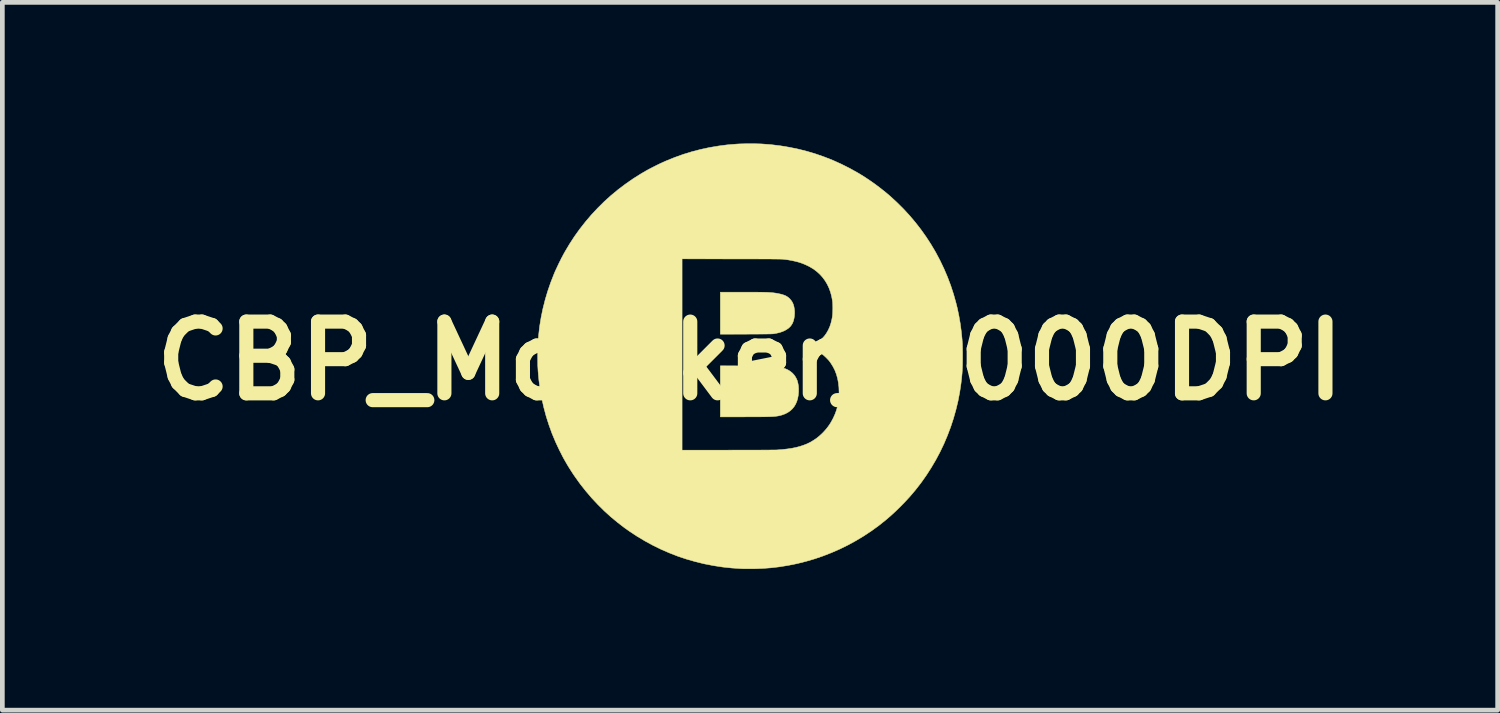
<source format=kicad_pcb>
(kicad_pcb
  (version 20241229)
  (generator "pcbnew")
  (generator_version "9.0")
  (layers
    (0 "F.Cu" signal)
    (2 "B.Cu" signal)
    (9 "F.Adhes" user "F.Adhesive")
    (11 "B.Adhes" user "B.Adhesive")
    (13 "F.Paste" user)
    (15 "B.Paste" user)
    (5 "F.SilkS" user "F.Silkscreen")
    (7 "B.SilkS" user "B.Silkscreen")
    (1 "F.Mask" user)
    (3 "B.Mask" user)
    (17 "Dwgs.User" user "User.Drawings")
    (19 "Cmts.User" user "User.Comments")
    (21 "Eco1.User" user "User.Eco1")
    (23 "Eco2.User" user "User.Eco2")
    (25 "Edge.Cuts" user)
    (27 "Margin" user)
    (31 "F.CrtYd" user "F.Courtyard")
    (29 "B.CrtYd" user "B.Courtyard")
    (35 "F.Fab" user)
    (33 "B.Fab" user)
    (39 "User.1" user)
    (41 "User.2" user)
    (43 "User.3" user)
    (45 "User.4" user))
  (footprint "CBP_Moniker_6000DPI"
    (layer "F.Cu")
    (at 12.889 4.619)
    (property "Reference" "CBP_Moniker_6000DPI" (at 0 0 0) (layer "F.SilkS") (effects (font (size 1.524 1.524) (thickness 0.3))))
    (attr through_hole)
    (fp_poly (pts (xy -0.166 -1.46) (xy -0.08 -1.46) (xy -0.003 -1.46) (xy 0.068 -1.46) (xy 0.131 -1.46) (xy 0.188 -1.459) (xy 0.24 -1.459) (xy 0.286 -1.458) (xy 0.327 -1.457) (xy 0.364 -1.456) (xy 0.397 -1.454) (xy 0.428 -1.452) (xy 0.455 -1.45) (xy 0.481 -1.448) (xy 0.505 -1.445) (xy 0.528 -1.442) (xy 0.55 -1.439) (xy 0.573 -1.435) (xy 0.596 -1.43) (xy 0.605 -1.429) (xy 0.658 -1.417) (xy 0.703 -1.404) (xy 0.742 -1.39) (xy 0.776 -1.373) (xy 0.806 -1.353) (xy 0.834 -1.33) (xy 0.843 -1.321) (xy 0.874 -1.285) (xy 0.9 -1.245) (xy 0.92 -1.2) (xy 0.934 -1.151) (xy 0.943 -1.095) (xy 0.947 -1.054) (xy 0.947 -1.003) (xy 0.943 -0.951) (xy 0.935 -0.9) (xy 0.923 -0.853) (xy 0.908 -0.812) (xy 0.904 -0.802) (xy 0.88 -0.762) (xy 0.852 -0.726) (xy 0.817 -0.694) (xy 0.776 -0.666) (xy 0.739 -0.645) (xy 0.699 -0.627) (xy 0.658 -0.612) (xy 0.615 -0.599) (xy 0.567 -0.588) (xy 0.514 -0.578) (xy 0.493 -0.575) (xy 0.485 -0.574) (xy 0.471 -0.574) (xy 0.452 -0.573) (xy 0.427 -0.572) (xy 0.396 -0.572) (xy 0.358 -0.571) (xy 0.314 -0.571) (xy 0.263 -0.57) (xy 0.205 -0.57) (xy 0.139 -0.569) (xy 0.065 -0.569) (xy -0.016 -0.569) (xy -0.086 -0.568) (xy -0.631 -0.567) (xy -0.631 -1.46) (xy -0.166 -1.46)) (stroke (width 0.01) (type solid)) (fill yes) (layer "F.SilkS"))
    (fp_poly (pts (xy -0.075 0.107) (xy 0.007 0.107) (xy 0.081 0.108) (xy 0.147 0.108) (xy 0.206 0.108) (xy 0.259 0.108) (xy 0.306 0.109) (xy 0.347 0.109) (xy 0.384 0.11) (xy 0.416 0.11) (xy 0.443 0.111) (xy 0.468 0.112) (xy 0.489 0.113) (xy 0.508 0.114) (xy 0.524 0.115) (xy 0.539 0.117) (xy 0.553 0.118) (xy 0.566 0.12) (xy 0.58 0.122) (xy 0.593 0.124) (xy 0.608 0.127) (xy 0.679 0.143) (xy 0.744 0.164) (xy 0.802 0.19) (xy 0.854 0.222) (xy 0.9 0.259) (xy 0.938 0.301) (xy 0.956 0.325) (xy 0.982 0.37) (xy 1.003 0.417) (xy 1.017 0.468) (xy 1.027 0.523) (xy 1.032 0.582) (xy 1.032 0.661) (xy 1.025 0.734) (xy 1.012 0.803) (xy 0.993 0.865) (xy 0.967 0.923) (xy 0.935 0.975) (xy 0.897 1.021) (xy 0.852 1.062) (xy 0.801 1.097) (xy 0.745 1.126) (xy 0.682 1.149) (xy 0.65 1.158) (xy 0.633 1.162) (xy 0.616 1.166) (xy 0.599 1.17) (xy 0.581 1.173) (xy 0.562 1.175) (xy 0.542 1.178) (xy 0.52 1.18) (xy 0.495 1.182) (xy 0.468 1.184) (xy 0.437 1.185) (xy 0.402 1.186) (xy 0.362 1.187) (xy 0.318 1.188) (xy 0.268 1.188) (xy 0.213 1.189) (xy 0.151 1.189) (xy 0.082 1.189) (xy 0.006 1.189) (xy -0.077 1.189) (xy -0.117 1.19) (xy -0.631 1.19) (xy -0.631 0.105) (xy -0.075 0.107)) (stroke (width 0.01) (type solid)) (fill yes) (layer "F.SilkS"))
    (fp_poly (pts (xy 0.058 -4.614) (xy 0.106 -4.614) (xy 0.151 -4.613) (xy 0.192 -4.612) (xy 0.227 -4.611) (xy 0.25 -4.61) (xy 0.447 -4.595) (xy 0.643 -4.571) (xy 0.836 -4.539) (xy 1.026 -4.5) (xy 1.215 -4.452) (xy 1.401 -4.396) (xy 1.584 -4.332) (xy 1.764 -4.261) (xy 1.941 -4.181) (xy 2.116 -4.093) (xy 2.287 -3.998) (xy 2.324 -3.976) (xy 2.437 -3.906) (xy 2.552 -3.829) (xy 2.667 -3.748) (xy 2.779 -3.663) (xy 2.888 -3.576) (xy 2.979 -3.499) (xy 3.122 -3.367) (xy 3.26 -3.23) (xy 3.391 -3.088) (xy 3.516 -2.94) (xy 3.634 -2.788) (xy 3.746 -2.63) (xy 3.85 -2.469) (xy 3.948 -2.303) (xy 4.038 -2.133) (xy 4.121 -1.959) (xy 4.197 -1.782) (xy 4.265 -1.602) (xy 4.325 -1.418) (xy 4.377 -1.232) (xy 4.405 -1.12) (xy 4.439 -0.957) (xy 4.467 -0.795) (xy 4.489 -0.631) (xy 4.506 -0.463) (xy 4.513 -0.37) (xy 4.514 -0.352) (xy 4.514 -0.326) (xy 4.515 -0.295) (xy 4.516 -0.258) (xy 4.516 -0.218) (xy 4.517 -0.176) (xy 4.517 -0.132) (xy 4.517 -0.099) (xy 4.517 -0.027) (xy 4.516 0.038) (xy 4.515 0.098) (xy 4.513 0.154) (xy 4.51 0.207) (xy 4.507 0.259) (xy 4.502 0.312) (xy 4.497 0.366) (xy 4.49 0.423) (xy 4.485 0.47) (xy 4.457 0.661) (xy 4.421 0.85) (xy 4.376 1.037) (xy 4.324 1.222) (xy 4.264 1.405) (xy 4.196 1.585) (xy 4.121 1.762) (xy 4.038 1.936) (xy 3.948 2.105) (xy 3.85 2.271) (xy 3.746 2.433) (xy 3.635 2.59) (xy 3.517 2.742) (xy 3.484 2.781) (xy 3.394 2.887) (xy 3.296 2.993) (xy 3.194 3.098) (xy 3.089 3.2) (xy 2.983 3.297) (xy 2.883 3.383) (xy 2.732 3.503) (xy 2.576 3.616) (xy 2.416 3.722) (xy 2.251 3.821) (xy 2.083 3.913) (xy 1.91 3.998) (xy 1.734 4.075) (xy 1.555 4.145) (xy 1.374 4.207) (xy 1.189 4.261) (xy 1.002 4.308) (xy 0.814 4.346) (xy 0.623 4.377) (xy 0.432 4.399) (xy 0.413 4.4) (xy 0.349 4.405) (xy 0.281 4.41) (xy 0.209 4.413) (xy 0.135 4.416) (xy 0.062 4.418) (xy -0.01 4.418) (xy -0.079 4.418) (xy -0.142 4.417) (xy -0.187 4.415) (xy -0.386 4.402) (xy -0.583 4.381) (xy -0.777 4.351) (xy -0.969 4.314) (xy -1.158 4.268) (xy -1.344 4.215) (xy -1.528 4.154) (xy -1.708 4.084) (xy -1.886 4.007) (xy -2.06 3.922) (xy -2.231 3.829) (xy -2.399 3.729) (xy -2.563 3.621) (xy -2.666 3.548) (xy -2.814 3.434) (xy -2.959 3.314) (xy -3.099 3.187) (xy -3.234 3.053) (xy -3.364 2.914) (xy -3.487 2.77) (xy -3.605 2.621) (xy -3.715 2.468) (xy -3.761 2.401) (xy -3.808 2.328) (xy -3.851 2.26) (xy -3.891 2.194) (xy -3.929 2.128) (xy -3.967 2.061) (xy -4.004 1.989) (xy -4.043 1.912) (xy -4.049 1.901) (xy -4.051 1.897) (xy -1.444 1.897) (xy -0.469 1.897) (xy -0.356 1.896) (xy -0.249 1.896) (xy -0.147 1.896) (xy -0.051 1.896) (xy 0.039 1.896) (xy 0.123 1.896) (xy 0.201 1.896) (xy 0.272 1.895) (xy 0.336 1.895) (xy 0.393 1.895) (xy 0.443 1.894) (xy 0.486 1.894) (xy 0.521 1.894) (xy 0.548 1.893) (xy 0.567 1.893) (xy 0.576 1.892) (xy 0.686 1.884) (xy 0.79 1.872) (xy 0.886 1.858) (xy 0.976 1.84) (xy 1.06 1.818) (xy 1.138 1.792) (xy 1.212 1.763) (xy 1.282 1.729) (xy 1.347 1.69) (xy 1.41 1.648) (xy 1.47 1.6) (xy 1.528 1.547) (xy 1.556 1.519) (xy 1.605 1.465) (xy 1.649 1.411) (xy 1.689 1.355) (xy 1.726 1.295) (xy 1.762 1.229) (xy 1.772 1.209) (xy 1.808 1.128) (xy 1.837 1.048) (xy 1.86 0.966) (xy 1.877 0.882) (xy 1.887 0.794) (xy 1.892 0.701) (xy 1.892 0.665) (xy 1.889 0.564) (xy 1.878 0.467) (xy 1.861 0.376) (xy 1.837 0.289) (xy 1.806 0.206) (xy 1.767 0.128) (xy 1.722 0.055) (xy 1.687 0.006) (xy 1.668 -0.017) (xy 1.643 -0.043) (xy 1.616 -0.071) (xy 1.587 -0.098) (xy 1.56 -0.122) (xy 1.535 -0.142) (xy 1.534 -0.143) (xy 1.486 -0.176) (xy 1.433 -0.208) (xy 1.378 -0.238) (xy 1.322 -0.264) (xy 1.305 -0.271) (xy 1.289 -0.277) (xy 1.277 -0.282) (xy 1.271 -0.285) (xy 1.27 -0.286) (xy 1.273 -0.288) (xy 1.283 -0.294) (xy 1.296 -0.302) (xy 1.309 -0.309) (xy 1.369 -0.344) (xy 1.421 -0.38) (xy 1.469 -0.416) (xy 1.512 -0.454) (xy 1.532 -0.474) (xy 1.582 -0.529) (xy 1.625 -0.589) (xy 1.662 -0.654) (xy 1.694 -0.724) (xy 1.719 -0.799) (xy 1.739 -0.881) (xy 1.749 -0.937) (xy 1.753 -0.97) (xy 1.756 -1.009) (xy 1.758 -1.053) (xy 1.759 -1.099) (xy 1.759 -1.145) (xy 1.758 -1.19) (xy 1.756 -1.231) (xy 1.753 -1.267) (xy 1.751 -1.278) (xy 1.734 -1.373) (xy 1.71 -1.462) (xy 1.679 -1.547) (xy 1.642 -1.626) (xy 1.597 -1.701) (xy 1.546 -1.771) (xy 1.489 -1.835) (xy 1.426 -1.893) (xy 1.356 -1.947) (xy 1.279 -1.994) (xy 1.24 -2.015) (xy 1.176 -2.045) (xy 1.111 -2.072) (xy 1.043 -2.095) (xy 0.971 -2.114) (xy 0.895 -2.131) (xy 0.813 -2.146) (xy 0.724 -2.158) (xy 0.717 -2.159) (xy 0.709 -2.159) (xy 0.701 -2.16) (xy 0.691 -2.161) (xy 0.679 -2.161) (xy 0.665 -2.162) (xy 0.65 -2.162) (xy 0.631 -2.163) (xy 0.61 -2.163) (xy 0.585 -2.163) (xy 0.557 -2.164) (xy 0.524 -2.164) (xy 0.488 -2.164) (xy 0.447 -2.165) (xy 0.401 -2.165) (xy 0.35 -2.165) (xy 0.293 -2.165) (xy 0.23 -2.165) (xy 0.161 -2.166) (xy 0.086 -2.166) (xy 0.004 -2.166) (xy -0.086 -2.166) (xy -0.183 -2.166) (xy -0.287 -2.166) (xy -0.391 -2.166) (xy -1.444 -2.168) (xy -1.444 1.897) (xy -4.051 1.897) (xy -4.132 1.724) (xy -4.207 1.545) (xy -4.273 1.363) (xy -4.332 1.179) (xy -4.382 0.992) (xy -4.425 0.803) (xy -4.459 0.611) (xy -4.486 0.417) (xy -4.504 0.22) (xy -4.508 0.148) (xy -4.51 0.12) (xy -4.511 0.084) (xy -4.511 0.042) (xy -4.512 -0.004) (xy -4.512 -0.052) (xy -4.513 -0.102) (xy -4.512 -0.151) (xy -4.512 -0.199) (xy -4.511 -0.244) (xy -4.511 -0.285) (xy -4.51 -0.32) (xy -4.508 -0.343) (xy -4.493 -0.539) (xy -4.471 -0.733) (xy -4.44 -0.923) (xy -4.401 -1.111) (xy -4.354 -1.297) (xy -4.299 -1.482) (xy -4.236 -1.665) (xy -4.165 -1.846) (xy -4.151 -1.88) (xy -4.134 -1.919) (xy -4.113 -1.963) (xy -4.09 -2.012) (xy -4.066 -2.064) (xy -4.04 -2.116) (xy -4.014 -2.167) (xy -3.989 -2.216) (xy -3.965 -2.261) (xy -3.944 -2.3) (xy -3.939 -2.309) (xy -3.838 -2.479) (xy -3.731 -2.644) (xy -3.617 -2.803) (xy -3.496 -2.957) (xy -3.37 -3.105) (xy -3.237 -3.247) (xy -3.099 -3.384) (xy -2.954 -3.515) (xy -2.804 -3.639) (xy -2.648 -3.757) (xy -2.487 -3.869) (xy -2.321 -3.974) (xy -2.208 -4.04) (xy -2.17 -4.061) (xy -2.127 -4.084) (xy -2.078 -4.109) (xy -2.027 -4.135) (xy -1.975 -4.161) (xy -1.924 -4.186) (xy -1.874 -4.209) (xy -1.828 -4.23) (xy -1.787 -4.248) (xy -1.778 -4.252) (xy -1.597 -4.325) (xy -1.416 -4.39) (xy -1.233 -4.446) (xy -1.048 -4.494) (xy -0.862 -4.534) (xy -0.673 -4.566) (xy -0.482 -4.591) (xy -0.287 -4.607) (xy -0.241 -4.61) (xy -0.213 -4.611) (xy -0.177 -4.612) (xy -0.135 -4.613) (xy -0.09 -4.614) (xy -0.041 -4.614) (xy 0.008 -4.614) (xy 0.058 -4.614)) (stroke (width 0.01) (type solid)) (fill yes) (layer "F.SilkS")))
  (gr_rect
    (start -3 -3)
    (end 28.777 12.042)
    (stroke (width 0.1) (type default))
    (fill no)
    (layer "Edge.Cuts")))
</source>
